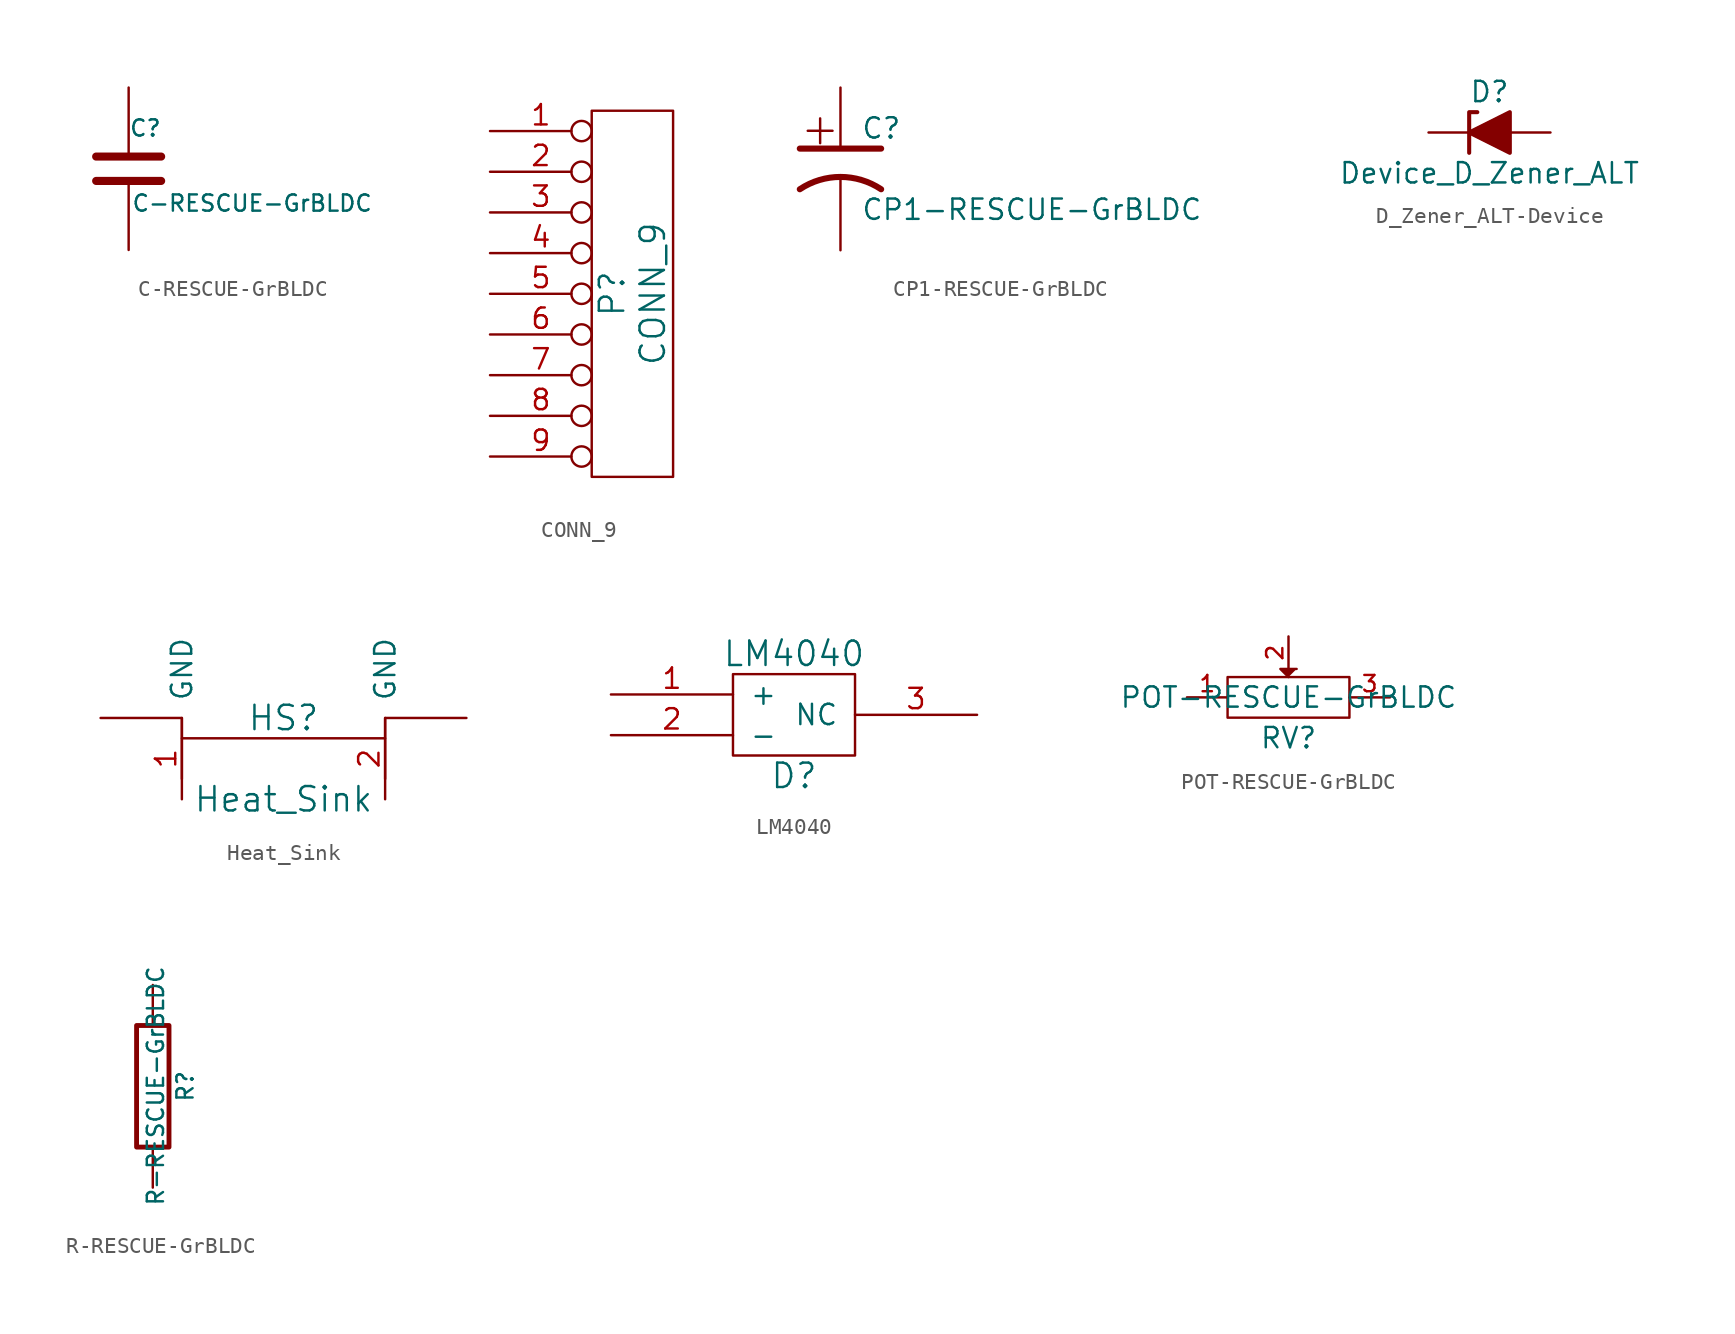
<source format=kicad_sym>
(kicad_symbol_lib
  (version 20231120)
  (generator "kicad_symbol_editor")
  (generator_version "8.0")
  (symbol "C-RESCUE-GrBLDC"
    (pin_numbers hide)
    (pin_names
      (offset 0.254))
    (property "Reference" "C"
      (at 0 2.54 0)
      (effects (font (size 1.016 1.016)) (justify left)))
    (property "Value" "C-RESCUE-GrBLDC"
      (at 0.152 -2.159 0)
      (effects (font (size 1.016 1.016)) (justify left)))
    (property "Footprint" ""
      (at 0.965 -3.81 0)
      (effects (font (size 0.762 0.762))))
    (property "Datasheet" ""
      (at 0 0 0)
      (effects (font (size 1.524 1.524))))
    (symbol "C-RESCUE-GrBLDC_0_1"
      (polyline (pts (xy -2.032 -0.762) (xy 2.032 -0.762)) (stroke (width 0.508) (type solid)) (fill (type none)))
      (polyline (pts (xy -2.032 0.762) (xy 2.032 0.762)) (stroke (width 0.508) (type solid)) (fill (type none))))
    (symbol "C-RESCUE-GrBLDC_1_1"
      (pin passive line (at 0 5.08 270) (length 4.318) (name "~" (effects (font (size 1.016 1.016)))) (number "1" (effects (font (size 1.016 1.016)))))
      (pin passive line (at 0 -5.08 90) (length 4.318) (name "~" (effects (font (size 1.016 1.016)))) (number "2" (effects (font (size 1.016 1.016)))))))
  (symbol "CONN_9"
    (pin_names
      (offset 1.016) hide)
    (property "Reference" "P"
      (at -1.27 0 90)
      (effects (font (size 1.524 1.524))))
    (property "Value" "CONN_9"
      (at 1.27 0 90)
      (effects (font (size 1.524 1.524))))
    (property "Footprint" ""
      (at 0 0 0)
      (effects (font (size 1.524 1.524))))
    (property "Datasheet" ""
      (at 0 0 0)
      (effects (font (size 1.524 1.524))))
    (symbol "CONN_9_0_1"
      (rectangle (start -2.54 11.43) (end 2.54 -11.43) (stroke (width 0) (type solid)) (fill (type none))))
    (symbol "CONN_9_1_1"
      (pin passive inverted (at -8.89 10.16 0) (length 6.35) (name "P1" (effects (font (size 1.27 1.27)))) (number "1" (effects (font (size 1.27 1.27)))))
      (pin passive inverted (at -8.89 7.62 0) (length 6.35) (name "P2" (effects (font (size 1.27 1.27)))) (number "2" (effects (font (size 1.27 1.27)))))
      (pin passive inverted (at -8.89 5.08 0) (length 6.35) (name "P3" (effects (font (size 1.27 1.27)))) (number "3" (effects (font (size 1.27 1.27)))))
      (pin passive inverted (at -8.89 2.54 0) (length 6.35) (name "P4" (effects (font (size 1.27 1.27)))) (number "4" (effects (font (size 1.27 1.27)))))
      (pin passive inverted (at -8.89 0 0) (length 6.35) (name "P5" (effects (font (size 1.27 1.27)))) (number "5" (effects (font (size 1.27 1.27)))))
      (pin passive inverted (at -8.89 -2.54 0) (length 6.35) (name "P6" (effects (font (size 1.27 1.27)))) (number "6" (effects (font (size 1.27 1.27)))))
      (pin passive inverted (at -8.89 -5.08 0) (length 6.35) (name "P7" (effects (font (size 1.27 1.27)))) (number "7" (effects (font (size 1.27 1.27)))))
      (pin passive inverted (at -8.89 -7.62 0) (length 6.35) (name "P8" (effects (font (size 1.27 1.27)))) (number "8" (effects (font (size 1.27 1.27)))))
      (pin passive inverted (at -8.89 -10.16 0) (length 6.35) (name "P9" (effects (font (size 1.27 1.27)))) (number "9" (effects (font (size 1.27 1.27)))))))
  (symbol "CP1-RESCUE-GrBLDC"
    (pin_numbers hide)
    (pin_names
      (offset 0.254) hide)
    (property "Reference" "C"
      (at 1.27 2.54 0)
      (effects (font (size 1.27 1.27)) (justify left)))
    (property "Value" "CP1-RESCUE-GrBLDC"
      (at 1.27 -2.54 0)
      (effects (font (size 1.27 1.27)) (justify left)))
    (property "Footprint" ""
      (at 0 0 0)
      (effects (font (size 1.524 1.524))))
    (property "Datasheet" ""
      (at 0 0 0)
      (effects (font (size 1.524 1.524))))
    (symbol "CP1-RESCUE-GrBLDC_0_0"
      (text "+" (at -1.27 2.54 0) (effects (font (size 2.032 2.032)))))
    (symbol "CP1-RESCUE-GrBLDC_0_1"
      (polyline (pts (xy -2.54 1.27) (xy 2.54 1.27) (xy 1.27 1.27) (xy 1.27 1.27)) (stroke (width 0.381) (type solid)) (fill (type none)))
      (arc (start 2.54 -1.27) (mid 0 -0.5009) (end -2.54 -1.27) (stroke (width 0.381) (type solid)) (fill (type none))))
    (symbol "CP1-RESCUE-GrBLDC_1_1"
      (pin passive line (at 0 5.08 270) (length 3.81) (name "~" (effects (font (size 1.016 1.016)))) (number "1" (effects (font (size 1.016 1.016)))))
      (pin passive line (at 0 -5.08 90) (length 4.572) (name "~" (effects (font (size 1.016 1.016)))) (number "2" (effects (font (size 1.016 1.016)))))))
  (symbol "D_Zener_ALT-Device"
    (pin_numbers hide)
    (pin_names
      (offset 1.016) hide)
    (property "Reference" "D"
      (at 0 2.54 0)
      (effects (font (size 1.27 1.27))))
    (property "Value" "Device_D_Zener_ALT"
      (at 0 -2.54 0)
      (effects (font (size 1.27 1.27))))
    (symbol "D_Zener_ALT-Device_0_1"
      (polyline (pts (xy 1.27 0) (xy -1.27 0)) (stroke (width 0) (type solid)) (fill (type none)))
      (polyline (pts (xy -1.27 -1.27) (xy -1.27 1.27) (xy -0.762 1.27)) (stroke (width 0.254) (type solid)) (fill (type none)))
      (polyline (pts (xy 1.27 -1.27) (xy 1.27 1.27) (xy -1.27 0) (xy 1.27 -1.27)) (stroke (width 0.254) (type solid)) (fill (type outline))))
    (symbol "D_Zener_ALT-Device_1_1"
      (pin passive line (at -3.81 0 0) (length 2.54) (name "K" (effects (font (size 1.27 1.27)))) (number "1" (effects (font (size 1.27 1.27)))))
      (pin passive line (at 3.81 0 180) (length 2.54) (name "A" (effects (font (size 1.27 1.27)))) (number "2" (effects (font (size 1.27 1.27)))))))
  (symbol "Heat_Sink"
    (pin_names
      (offset 1.016))
    (property "Reference" "HS"
      (at 0 5.08 0)
      (effects (font (size 1.524 1.524))))
    (property "Value" "Heat_Sink"
      (at 0 0 0)
      (effects (font (size 1.524 1.524))))
    (property "Footprint" ""
      (at 0 0 0)
      (effects (font (size 1.524 1.524))))
    (property "Datasheet" ""
      (at 0 0 0)
      (effects (font (size 1.524 1.524))))
    (symbol "Heat_Sink_0_1"
      (polyline (pts (xy -6.35 3.81) (xy 6.35 3.81)) (stroke (width 0) (type solid)) (fill (type none)))
      (polyline (pts (xy -6.35 1.27) (xy -6.35 5.08) (xy -11.43 5.08)) (stroke (width 0) (type solid)) (fill (type none)))
      (polyline (pts (xy 6.35 1.27) (xy 6.35 5.08) (xy 11.43 5.08)) (stroke (width 0) (type solid)) (fill (type none))))
    (symbol "Heat_Sink_1_1"
      (pin power_in line (at -6.35 0 90) (length 5.08) (name "GND" (effects (font (size 1.27 1.27)))) (number "1" (effects (font (size 1.27 1.27)))))
      (pin power_in line (at 6.35 0 90) (length 5.08) (name "GND" (effects (font (size 1.27 1.27)))) (number "2" (effects (font (size 1.27 1.27)))))))
  (symbol "LM4040"
    (pin_names
      (offset 1.016))
    (property "Reference" "D"
      (at 0 -3.81 0)
      (effects (font (size 1.524 1.524))))
    (property "Value" "LM4040"
      (at 0 3.81 0)
      (effects (font (size 1.524 1.524))))
    (property "Footprint" ""
      (at 1.27 -1.27 0)
      (effects (font (size 1.524 1.524))))
    (property "Datasheet" ""
      (at 1.27 -1.27 0)
      (effects (font (size 1.524 1.524))))
    (symbol "LM4040_0_1"
      (rectangle (start -3.81 2.54) (end 3.81 -2.54) (stroke (width 0) (type solid)) (fill (type none))))
    (symbol "LM4040_1_1"
      (pin power_in line (at -11.43 1.27 0) (length 7.62) (name "+" (effects (font (size 1.27 1.27)))) (number "1" (effects (font (size 1.27 1.27)))))
      (pin power_in line (at -11.43 -1.27 0) (length 7.62) (name "-" (effects (font (size 1.27 1.27)))) (number "2" (effects (font (size 1.27 1.27)))))
      (pin power_in line (at 11.43 0 180) (length 7.62) (name "NC" (effects (font (size 1.27 1.27)))) (number "3" (effects (font (size 1.27 1.27)))))))
  (symbol "POT-RESCUE-GrBLDC"
    (pin_names
      (offset 1.016) hide)
    (property "Reference" "RV"
      (at 0 -2.54 0)
      (effects (font (size 1.27 1.27))))
    (property "Value" "POT-RESCUE-GrBLDC"
      (at 0 0 0)
      (effects (font (size 1.27 1.27))))
    (property "Footprint" ""
      (at 0 0 0)
      (effects (font (size 1.27 1.27))))
    (property "Datasheet" ""
      (at 0 0 0)
      (effects (font (size 1.27 1.27))))
    (symbol "POT-RESCUE-GrBLDC_0_1"
      (rectangle (start -3.81 1.27) (end 3.81 -1.27) (stroke (width 0) (type solid)) (fill (type none)))
      (polyline (pts (xy 0 1.27) (xy -0.508 1.778) (xy 0.508 1.778)) (stroke (width 0) (type solid)) (fill (type outline))))
    (symbol "POT-RESCUE-GrBLDC_1_1"
      (pin passive line (at -6.35 0 0) (length 2.54) (name "1" (effects (font (size 1.016 1.016)))) (number "1" (effects (font (size 1.016 1.016)))))
      (pin passive line (at 0 3.81 270) (length 2.032) (name "2" (effects (font (size 1.016 1.016)))) (number "2" (effects (font (size 1.016 1.016)))))
      (pin passive line (at 6.35 0 180) (length 2.54) (name "3" (effects (font (size 1.016 1.016)))) (number "3" (effects (font (size 1.016 1.016)))))))
  (symbol "R-RESCUE-GrBLDC"
    (pin_numbers hide)
    (pin_names
      (offset 0))
    (property "Reference" "R"
      (at 2.032 0 90)
      (effects (font (size 1.016 1.016))))
    (property "Value" "R-RESCUE-GrBLDC"
      (at 0.178 0.025 90)
      (effects (font (size 1.016 1.016))))
    (property "Footprint" ""
      (at -1.778 0 90)
      (effects (font (size 0.762 0.762))))
    (property "Datasheet" ""
      (at 0 0 0)
      (effects (font (size 0.762 0.762))))
    (symbol "R-RESCUE-GrBLDC_0_1"
      (rectangle (start -1.016 3.81) (end 1.016 -3.81) (stroke (width 0.305) (type solid)) (fill (type none))))
    (symbol "R-RESCUE-GrBLDC_1_1"
      (pin passive line (at 0 6.35 270) (length 2.54) (name "~" (effects (font (size 1.524 1.524)))) (number "1" (effects (font (size 1.524 1.524)))))
      (pin passive line (at 0 -6.35 90) (length 2.54) (name "~" (effects (font (size 1.524 1.524)))) (number "2" (effects (font (size 1.524 1.524))))))))
</source>
